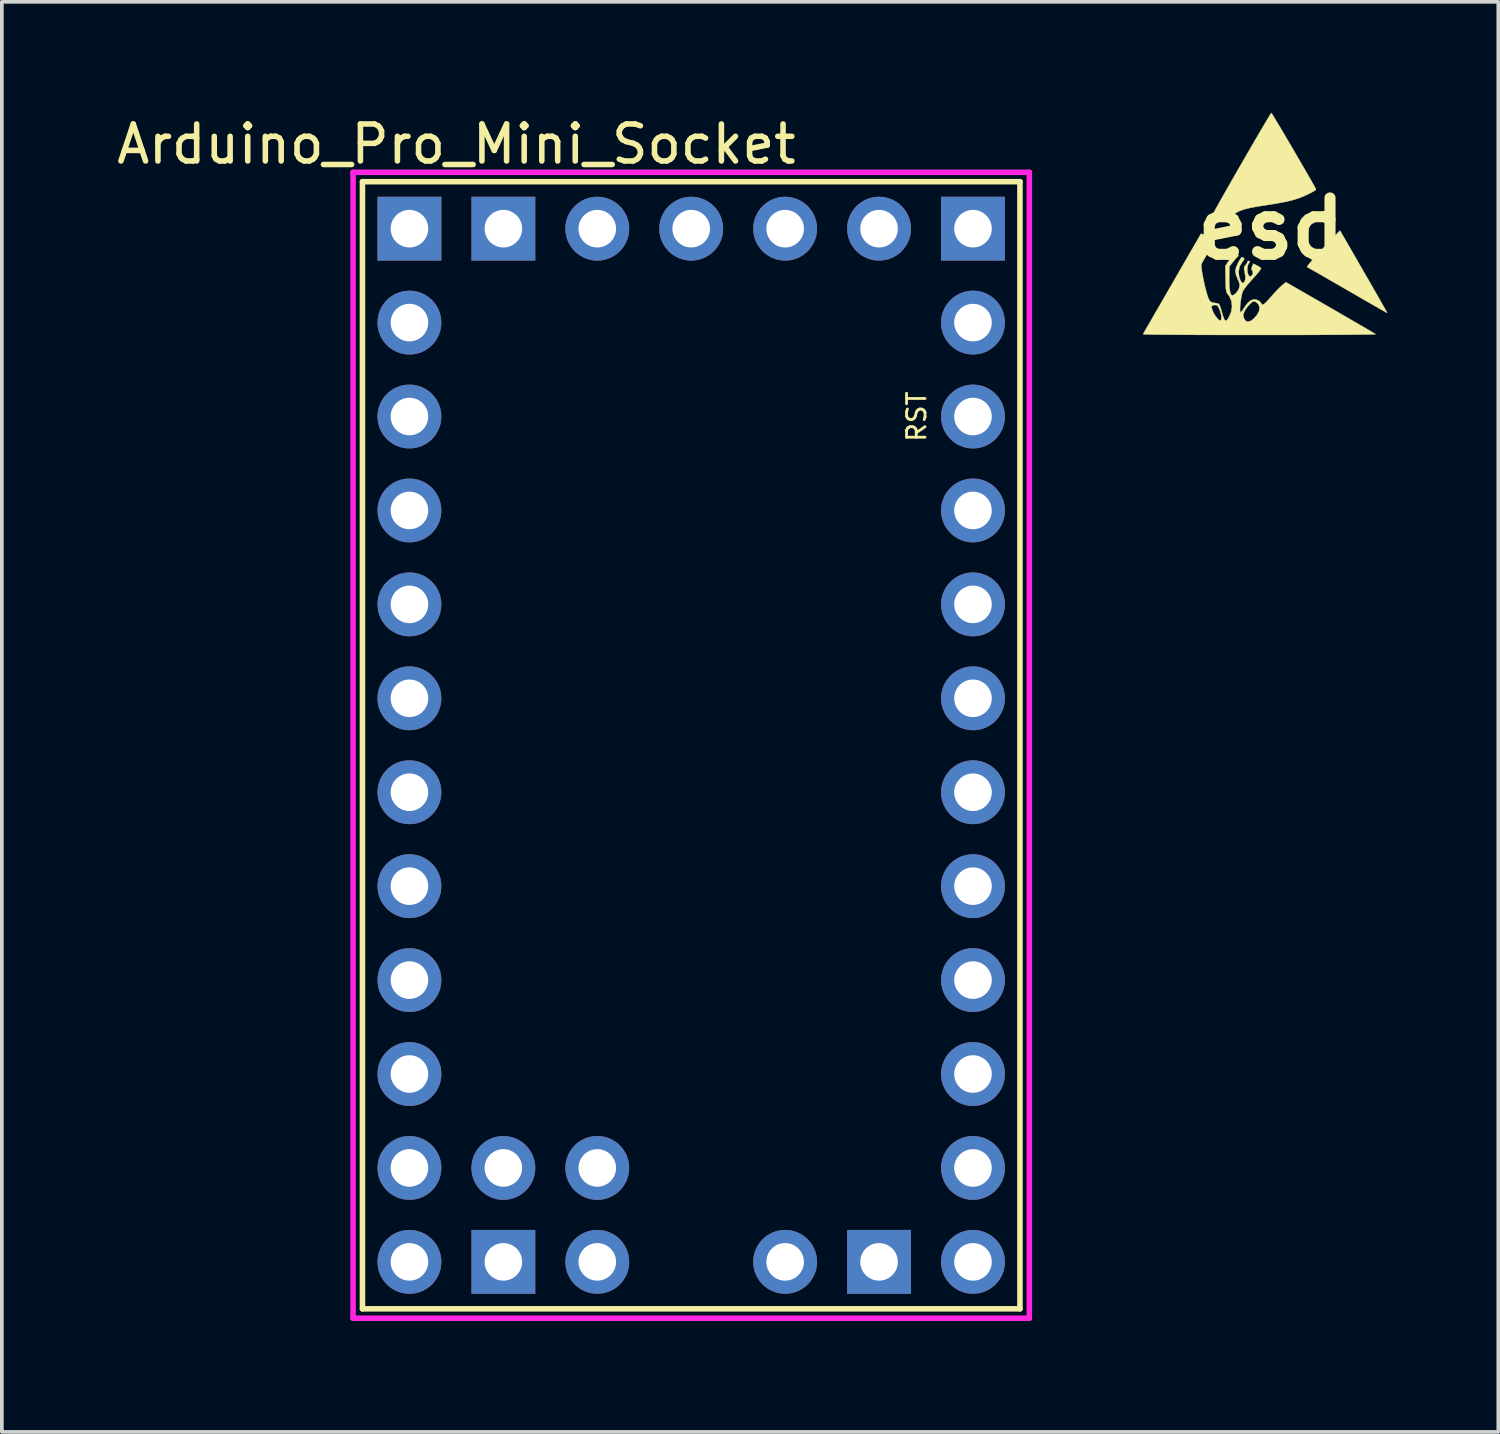
<source format=kicad_pcb>
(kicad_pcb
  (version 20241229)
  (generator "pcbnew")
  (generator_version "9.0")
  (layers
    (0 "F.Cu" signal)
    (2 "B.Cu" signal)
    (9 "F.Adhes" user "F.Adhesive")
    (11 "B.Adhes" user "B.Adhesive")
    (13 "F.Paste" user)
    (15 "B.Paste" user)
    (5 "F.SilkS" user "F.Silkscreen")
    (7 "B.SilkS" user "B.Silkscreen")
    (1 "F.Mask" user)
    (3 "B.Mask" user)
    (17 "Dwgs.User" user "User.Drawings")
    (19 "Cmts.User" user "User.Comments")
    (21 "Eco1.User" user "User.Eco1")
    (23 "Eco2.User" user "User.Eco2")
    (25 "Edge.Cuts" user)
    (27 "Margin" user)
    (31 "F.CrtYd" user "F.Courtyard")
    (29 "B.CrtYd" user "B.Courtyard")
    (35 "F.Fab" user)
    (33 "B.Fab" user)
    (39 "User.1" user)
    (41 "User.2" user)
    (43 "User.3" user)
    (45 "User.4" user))
  (footprint "Arduino_Pro_Mini_Socket"
    (layer "F.Cu")
    (at 6.752 32.344)
    (property "Reference" "Arduino_Pro_Mini_Socket" (at 2.54 -31.496 0) (layer "F.SilkS") (effects (font (size 1 1) (thickness 0.15))))
    (attr through_hole)
    (fp_line (start 0 -30.48) (end 17.78 -30.48) (stroke (width 0.15) (type solid)) (layer "F.SilkS"))
    (fp_line (start 0 0) (end 0 -30.48) (stroke (width 0.15) (type solid)) (layer "F.SilkS"))
    (fp_line (start 17.78 -30.48) (end 17.78 0) (stroke (width 0.15) (type solid)) (layer "F.SilkS"))
    (fp_line (start 17.78 0) (end 0 0) (stroke (width 0.15) (type solid)) (layer "F.SilkS"))
    (fp_line (start -0.254 -30.734) (end 18.034 -30.734) (stroke (width 0.15) (type solid)) (layer "F.CrtYd"))
    (fp_line (start -0.254 0.254) (end -0.254 -30.734) (stroke (width 0.15) (type solid)) (layer "F.CrtYd"))
    (fp_line (start 18.034 -30.734) (end 18.034 0.254) (stroke (width 0.15) (type solid)) (layer "F.CrtYd"))
    (fp_line (start 18.034 0.254) (end -0.254 0.254) (stroke (width 0.15) (type solid)) (layer "F.CrtYd"))
    (fp_text user "RST" (at 14.986 -24.13 90) (layer "F.SilkS") (effects (font (size 0.5 0.5) (thickness 0.075))))
    (pad "5V1" thru_hole circle (at 16.51 -21.59) (size 1.727 1.727) (drill 1.016) (layers "*.Cu" "*.Mask"))
    (pad "5V2" thru_hole circle (at 11.43 -29.21) (size 1.727 1.727) (drill 1.016) (layers "*.Cu" "*.Mask"))
    (pad "5V3" thru_hole circle (at 11.43 -1.27) (size 1.727 1.727) (drill 1.016) (layers "*.Cu" "*.Mask"))
    (pad "A0" thru_hole circle (at 16.51 -11.43) (size 1.727 1.727) (drill 1.016) (layers "*.Cu" "*.Mask"))
    (pad "A1" thru_hole circle (at 16.51 -13.97) (size 1.727 1.727) (drill 1.016) (layers "*.Cu" "*.Mask"))
    (pad "A2" thru_hole circle (at 16.51 -16.51) (size 1.727 1.727) (drill 1.016) (layers "*.Cu" "*.Mask"))
    (pad "A3" thru_hole circle (at 16.51 -19.05) (size 1.727 1.727) (drill 1.016) (layers "*.Cu" "*.Mask"))
    (pad "A4" thru_hole rect (at 3.81 -1.27) (size 1.727 1.727) (drill 1.016) (layers "*.Cu" "*.Mask"))
    (pad "A5" thru_hole circle (at 6.35 -1.27) (size 1.727 1.727) (drill 1.016) (layers "*.Cu" "*.Mask"))
    (pad "A6" thru_hole circle (at 3.81 -3.81) (size 1.727 1.727) (drill 1.016) (layers "*.Cu" "*.Mask"))
    (pad "A7" thru_hole circle (at 6.35 -3.81) (size 1.727 1.727) (drill 1.016) (layers "*.Cu" "*.Mask"))
    (pad "D0" thru_hole circle (at 1.27 -26.67) (size 1.727 1.727) (drill 1.016) (layers "*.Cu" "*.Mask"))
    (pad "D1" thru_hole rect (at 1.27 -29.21) (size 1.727 1.727) (drill 1.016) (layers "*.Cu" "*.Mask"))
    (pad "D2" thru_hole circle (at 1.27 -19.05) (size 1.727 1.727) (drill 1.016) (layers "*.Cu" "*.Mask"))
    (pad "D3" thru_hole circle (at 1.27 -16.51) (size 1.727 1.727) (drill 1.016) (layers "*.Cu" "*.Mask"))
    (pad "D4" thru_hole circle (at 1.27 -13.97) (size 1.727 1.727) (drill 1.016) (layers "*.Cu" "*.Mask"))
    (pad "D5" thru_hole circle (at 1.27 -11.43) (size 1.727 1.727) (drill 1.016) (layers "*.Cu" "*.Mask"))
    (pad "D6" thru_hole circle (at 1.27 -8.89) (size 1.727 1.727) (drill 1.016) (layers "*.Cu" "*.Mask"))
    (pad "D7" thru_hole circle (at 1.27 -6.35) (size 1.727 1.727) (drill 1.016) (layers "*.Cu" "*.Mask"))
    (pad "D8" thru_hole circle (at 1.27 -3.81) (size 1.727 1.727) (drill 1.016) (layers "*.Cu" "*.Mask"))
    (pad "D9" thru_hole circle (at 1.27 -1.27) (size 1.727 1.727) (drill 1.016) (layers "*.Cu" "*.Mask"))
    (pad "D10" thru_hole circle (at 16.51 -1.27) (size 1.727 1.727) (drill 1.016) (layers "*.Cu" "*.Mask"))
    (pad "D11" thru_hole circle (at 16.51 -3.81) (size 1.727 1.727) (drill 1.016) (layers "*.Cu" "*.Mask"))
    (pad "D12" thru_hole circle (at 16.51 -6.35) (size 1.727 1.727) (drill 1.016) (layers "*.Cu" "*.Mask"))
    (pad "D13" thru_hole circle (at 16.51 -8.89) (size 1.727 1.727) (drill 1.016) (layers "*.Cu" "*.Mask"))
    (pad "GND2" thru_hole circle (at 16.51 -26.67) (size 1.727 1.727) (drill 1.016) (layers "*.Cu" "*.Mask"))
    (pad "GND3" thru_hole circle (at 13.97 -29.21) (size 1.727 1.727) (drill 1.016) (layers "*.Cu" "*.Mask"))
    (pad "GND4" thru_hole rect (at 13.97 -1.27) (size 1.727 1.727) (drill 1.016) (layers "*.Cu" "*.Mask"))
    (pad "L0" thru_hole circle (at 1.27 -24.13) (size 1.727 1.727) (drill 1.016) (layers "*.Cu" "*.Mask"))
    (pad "L1" thru_hole circle (at 1.27 -21.59) (size 1.727 1.727) (drill 1.016) (layers "*.Cu" "*.Mask"))
    (pad "L2" thru_hole rect (at 3.81 -29.21) (size 1.727 1.727) (drill 1.016) (layers "*.Cu" "*.Mask"))
    (pad "RST2" thru_hole circle (at 16.51 -24.13) (size 1.727 1.727) (drill 1.016) (layers "*.Cu" "*.Mask"))
    (pad "RX" thru_hole circle (at 8.89 -29.21) (size 1.727 1.727) (drill 1.016) (layers "*.Cu" "*.Mask"))
    (pad "TX" thru_hole circle (at 6.35 -29.21) (size 1.727 1.727) (drill 1.016) (layers "*.Cu" "*.Mask"))
    (pad "VIN" thru_hole rect (at 16.51 -29.21) (size 1.727 1.727) (drill 1.016) (layers "*.Cu" "*.Mask")))
  (footprint "esd"
    (layer "F.Cu")
    (at 31.32 3.138)
    (property "Reference" "esd" (at 0 0 0) (layer "F.SilkS") (effects (font (size 1.524 1.524) (thickness 0.3))))
    (attr through_hole)
    (fp_poly (pts (xy 2.508 1.158) (xy 2.633 1.374) (xy 2.75 1.577) (xy 2.855 1.762) (xy 2.948 1.925) (xy 3.026 2.062) (xy 3.086 2.168) (xy 3.125 2.239) (xy 3.143 2.272) (xy 3.143 2.274) (xy 3.121 2.262) (xy 3.058 2.228) (xy 2.961 2.173) (xy 2.832 2.099) (xy 2.676 2.01) (xy 2.498 1.908) (xy 2.301 1.794) (xy 2.09 1.672) (xy 2.07 1.661) (xy 1.857 1.537) (xy 1.657 1.422) (xy 1.475 1.317) (xy 1.315 1.225) (xy 1.18 1.148) (xy 1.077 1.089) (xy 1.008 1.05) (xy 0.978 1.034) (xy 0.978 1.033) (xy 0.984 1.012) (xy 1.024 0.957) (xy 1.096 0.872) (xy 1.196 0.758) (xy 1.322 0.62) (xy 1.472 0.459) (xy 1.638 0.285) (xy 1.867 0.047) (xy 2.508 1.158)) (stroke (width 0.01) (type solid)) (fill yes) (layer "F.SilkS"))
    (fp_poly (pts (xy 0.025 -3.112) (xy 0.063 -3.053) (xy 0.119 -2.96) (xy 0.192 -2.839) (xy 0.278 -2.695) (xy 0.374 -2.532) (xy 0.477 -2.358) (xy 0.584 -2.175) (xy 0.691 -1.991) (xy 0.797 -1.809) (xy 0.897 -1.636) (xy 0.989 -1.477) (xy 1.07 -1.336) (xy 1.136 -1.219) (xy 1.185 -1.131) (xy 1.213 -1.078) (xy 1.219 -1.064) (xy 1.198 -1.043) (xy 1.141 -1.008) (xy 1.06 -0.964) (xy 0.966 -0.918) (xy 0.869 -0.874) (xy 0.787 -0.842) (xy 0.675 -0.803) (xy 0.559 -0.769) (xy 0.428 -0.738) (xy 0.275 -0.707) (xy 0.09 -0.675) (xy -0.136 -0.639) (xy -0.161 -0.636) (xy -0.385 -0.6) (xy -0.566 -0.566) (xy -0.709 -0.531) (xy -0.823 -0.493) (xy -0.915 -0.45) (xy -0.99 -0.4) (xy -1.056 -0.339) (xy -1.056 -0.339) (xy -1.116 -0.281) (xy -1.164 -0.241) (xy -1.185 -0.229) (xy -1.216 -0.241) (xy -1.278 -0.273) (xy -1.358 -0.319) (xy -1.372 -0.326) (xy -1.451 -0.378) (xy -1.508 -0.424) (xy -1.533 -0.456) (xy -1.533 -0.459) (xy -1.521 -0.487) (xy -1.485 -0.554) (xy -1.429 -0.656) (xy -1.356 -0.786) (xy -1.268 -0.942) (xy -1.168 -1.118) (xy -1.058 -1.309) (xy -0.942 -1.512) (xy -0.822 -1.72) (xy -0.7 -1.931) (xy -0.58 -2.138) (xy -0.464 -2.338) (xy -0.355 -2.525) (xy -0.255 -2.696) (xy -0.167 -2.845) (xy -0.094 -2.968) (xy -0.038 -3.06) (xy -0.002 -3.116) (xy 0.01 -3.133) (xy 0.025 -3.112)) (stroke (width 0.01) (type solid)) (fill yes) (layer "F.SilkS"))
    (fp_poly (pts (xy -1.867 0.138) (xy -1.813 0.166) (xy -1.741 0.206) (xy -1.664 0.251) (xy -1.594 0.295) (xy -1.543 0.33) (xy -1.524 0.347) (xy -1.537 0.373) (xy -1.572 0.433) (xy -1.623 0.519) (xy -1.686 0.621) (xy -1.69 0.627) (xy -1.757 0.735) (xy -1.815 0.834) (xy -1.859 0.911) (xy -1.881 0.955) (xy -1.884 1.004) (xy -1.876 1.09) (xy -1.858 1.205) (xy -1.833 1.338) (xy -1.803 1.478) (xy -1.771 1.616) (xy -1.738 1.74) (xy -1.706 1.84) (xy -1.68 1.904) (xy -1.64 1.965) (xy -1.591 1.994) (xy -1.535 2.002) (xy -1.463 2.013) (xy -1.413 2.03) (xy -1.407 2.034) (xy -1.387 2.069) (xy -1.361 2.139) (xy -1.334 2.228) (xy -1.334 2.229) (xy -1.297 2.358) (xy -1.266 2.441) (xy -1.238 2.481) (xy -1.208 2.481) (xy -1.172 2.445) (xy -1.146 2.404) (xy -1.117 2.342) (xy -0.751 2.342) (xy -0.739 2.393) (xy -0.726 2.424) (xy -0.682 2.492) (xy -0.624 2.514) (xy -0.548 2.49) (xy -0.516 2.471) (xy -0.46 2.423) (xy -0.398 2.355) (xy -0.377 2.328) (xy -0.319 2.22) (xy -0.306 2.123) (xy -0.339 2.042) (xy -0.372 2.008) (xy -0.423 1.972) (xy -0.458 1.956) (xy -0.46 1.956) (xy -0.502 1.975) (xy -0.56 2.025) (xy -0.623 2.093) (xy -0.679 2.167) (xy -0.711 2.221) (xy -0.742 2.293) (xy -0.751 2.342) (xy -1.117 2.342) (xy -1.078 2.256) (xy -1.053 2.103) (xy -1.069 1.955) (xy -1.126 1.823) (xy -1.157 1.781) (xy -1.183 1.748) (xy -1.201 1.713) (xy -1.212 1.667) (xy -1.22 1.6) (xy -1.224 1.503) (xy -1.227 1.365) (xy -1.227 1.355) (xy -1.233 1.005) (xy -1.141 0.865) (xy -1.073 0.764) (xy -1.022 0.703) (xy -0.98 0.675) (xy -0.94 0.675) (xy -0.914 0.686) (xy -0.878 0.712) (xy -0.885 0.735) (xy -0.895 0.745) (xy -0.93 0.78) (xy -0.983 0.841) (xy -1.028 0.896) (xy -1.124 1.017) (xy -1.129 1.328) (xy -1.128 1.507) (xy -1.116 1.646) (xy -1.096 1.744) (xy -1.066 1.795) (xy -1.046 1.803) (xy -0.995 1.782) (xy -0.937 1.73) (xy -0.887 1.66) (xy -0.861 1.602) (xy -0.847 1.542) (xy -0.849 1.489) (xy -0.87 1.424) (xy -0.899 1.359) (xy -0.946 1.237) (xy -0.961 1.137) (xy -0.943 1.04) (xy -0.891 0.927) (xy -0.883 0.911) (xy -0.837 0.829) (xy -0.806 0.783) (xy -0.783 0.767) (xy -0.758 0.774) (xy -0.739 0.786) (xy -0.721 0.807) (xy -0.734 0.842) (xy -0.77 0.888) (xy -0.846 1.015) (xy -0.876 1.158) (xy -0.859 1.306) (xy -0.821 1.403) (xy -0.783 1.46) (xy -0.747 1.466) (xy -0.713 1.422) (xy -0.706 1.408) (xy -0.691 1.354) (xy -0.692 1.282) (xy -0.708 1.189) (xy -0.724 1.103) (xy -0.727 1.05) (xy -0.715 1.014) (xy -0.687 0.98) (xy -0.65 0.93) (xy -0.635 0.894) (xy -0.618 0.866) (xy -0.584 0.874) (xy -0.577 0.879) (xy -0.579 0.907) (xy -0.598 0.932) (xy -0.628 0.991) (xy -0.64 1.076) (xy -0.635 1.167) (xy -0.613 1.243) (xy -0.596 1.268) (xy -0.56 1.291) (xy -0.522 1.271) (xy -0.487 1.214) (xy -0.493 1.151) (xy -0.512 1.124) (xy -0.527 1.088) (xy -0.513 1.029) (xy -0.509 1.018) (xy -0.477 0.942) (xy -0.38 0.991) (xy -0.316 1.027) (xy -0.274 1.058) (xy -0.267 1.066) (xy -0.278 1.092) (xy -0.318 1.148) (xy -0.381 1.225) (xy -0.462 1.316) (xy -0.481 1.336) (xy -0.572 1.438) (xy -0.655 1.537) (xy -0.72 1.622) (xy -0.758 1.683) (xy -0.76 1.686) (xy -0.781 1.748) (xy -0.8 1.836) (xy -0.817 1.938) (xy -0.829 2.043) (xy -0.836 2.139) (xy -0.836 2.214) (xy -0.829 2.256) (xy -0.822 2.261) (xy -0.798 2.24) (xy -0.758 2.188) (xy -0.716 2.121) (xy -0.635 2.012) (xy -0.548 1.938) (xy -0.462 1.906) (xy -0.447 1.905) (xy -0.377 1.92) (xy -0.31 1.957) (xy -0.268 2.004) (xy -0.265 2.01) (xy -0.248 2.045) (xy -0.22 2.051) (xy -0.178 2.028) (xy -0.117 1.971) (xy -0.032 1.877) (xy 0.001 1.839) (xy 0.089 1.74) (xy 0.178 1.645) (xy 0.256 1.568) (xy 0.296 1.532) (xy 0.404 1.443) (xy 1.606 2.135) (xy 1.832 2.266) (xy 2.045 2.389) (xy 2.241 2.503) (xy 2.416 2.604) (xy 2.566 2.692) (xy 2.686 2.762) (xy 2.772 2.813) (xy 2.821 2.843) (xy 2.831 2.849) (xy 2.809 2.852) (xy 2.739 2.854) (xy 2.625 2.857) (xy 2.469 2.859) (xy 2.274 2.861) (xy 2.044 2.863) (xy 1.78 2.865) (xy 1.488 2.866) (xy 1.168 2.868) (xy 0.825 2.869) (xy 0.461 2.87) (xy 0.08 2.87) (xy -0.3 2.87) (xy -0.696 2.87) (xy -1.077 2.87) (xy -1.441 2.869) (xy -1.785 2.868) (xy -2.105 2.867) (xy -2.399 2.865) (xy -2.663 2.864) (xy -2.894 2.862) (xy -3.09 2.86) (xy -3.247 2.858) (xy -3.362 2.856) (xy -3.432 2.853) (xy -3.454 2.851) (xy -3.442 2.819) (xy -3.412 2.764) (xy -3.408 2.756) (xy -3.387 2.72) (xy -3.343 2.645) (xy -3.278 2.534) (xy -3.196 2.391) (xy -3.098 2.221) (xy -3.027 2.098) (xy -1.606 2.098) (xy -1.604 2.134) (xy -1.583 2.207) (xy -1.542 2.29) (xy -1.492 2.37) (xy -1.438 2.436) (xy -1.391 2.476) (xy -1.362 2.481) (xy -1.345 2.452) (xy -1.339 2.392) (xy -1.339 2.377) (xy -1.354 2.295) (xy -1.383 2.201) (xy -1.396 2.169) (xy -1.429 2.1) (xy -1.459 2.068) (xy -1.5 2.06) (xy -1.53 2.062) (xy -1.586 2.073) (xy -1.606 2.098) (xy -3.027 2.098) (xy -2.986 2.029) (xy -2.864 1.817) (xy -2.734 1.591) (xy -2.629 1.41) (xy -2.496 1.177) (xy -2.369 0.959) (xy -2.253 0.757) (xy -2.149 0.577) (xy -2.059 0.422) (xy -1.986 0.296) (xy -1.933 0.203) (xy -1.9 0.147) (xy -1.89 0.131) (xy -1.867 0.138)) (stroke (width 0.01) (type solid)) (fill yes) (layer "F.SilkS")))
  (gr_rect
    (start -3 -3)
    (end 37.468 35.673)
    (stroke (width 0.1) (type default))
    (fill no)
    (layer "Edge.Cuts")))
</source>
